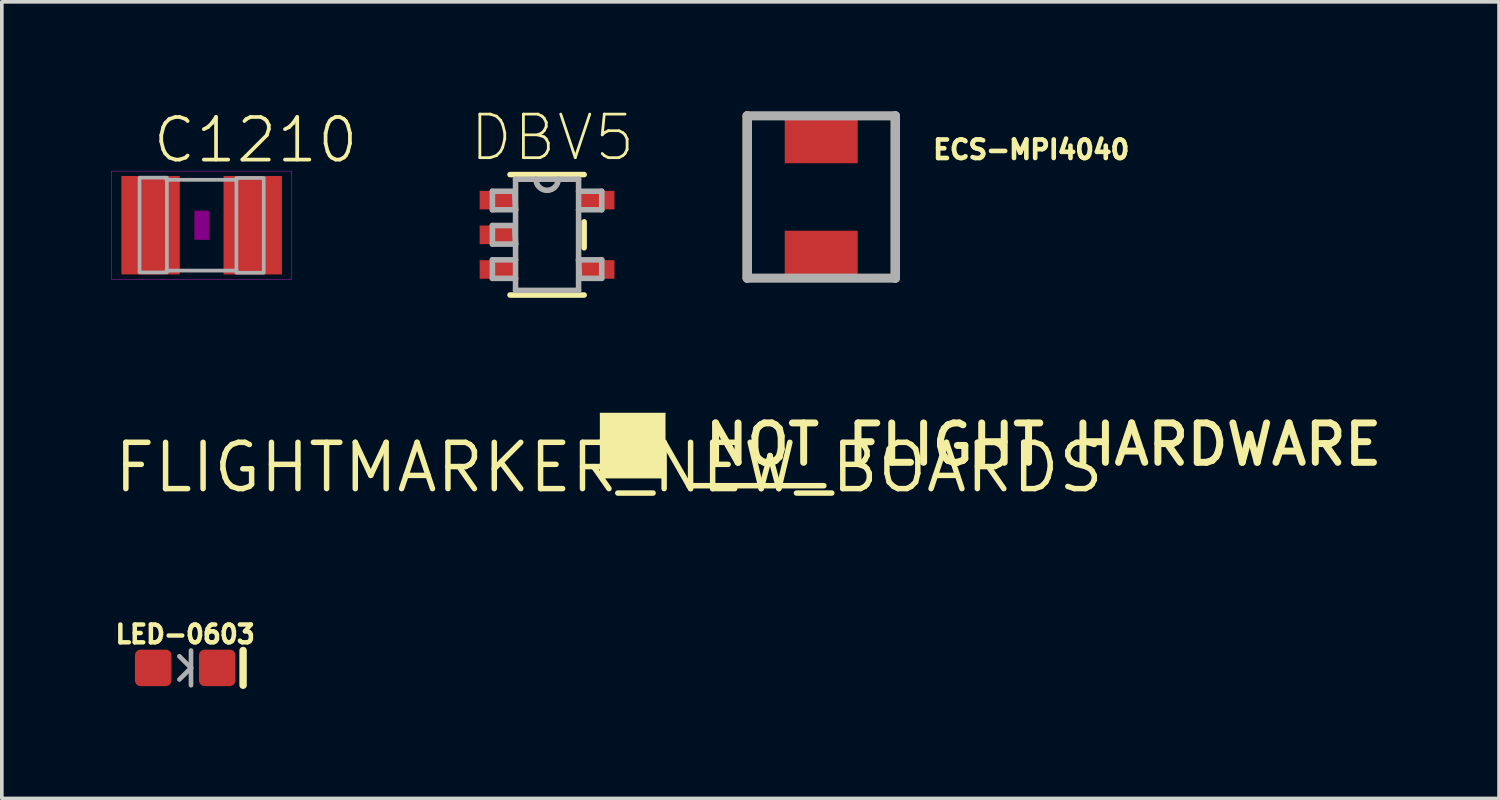
<source format=kicad_pcb>
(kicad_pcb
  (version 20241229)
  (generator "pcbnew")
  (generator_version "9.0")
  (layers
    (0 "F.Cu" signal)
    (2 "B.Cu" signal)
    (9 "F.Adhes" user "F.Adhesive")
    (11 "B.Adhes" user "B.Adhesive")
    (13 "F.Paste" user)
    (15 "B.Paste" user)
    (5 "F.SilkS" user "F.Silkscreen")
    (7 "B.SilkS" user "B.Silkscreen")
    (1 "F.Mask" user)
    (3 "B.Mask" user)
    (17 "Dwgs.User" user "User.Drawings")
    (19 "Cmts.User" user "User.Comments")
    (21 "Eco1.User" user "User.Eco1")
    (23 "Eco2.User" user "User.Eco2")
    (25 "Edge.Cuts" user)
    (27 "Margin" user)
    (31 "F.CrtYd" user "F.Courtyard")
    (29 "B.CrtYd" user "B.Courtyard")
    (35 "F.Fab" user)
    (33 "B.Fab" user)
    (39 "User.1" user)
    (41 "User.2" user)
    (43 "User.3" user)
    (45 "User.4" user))
  (footprint "C1210"
    (layer "F.Cu")
    (at 2.478 3.124)
    (property "Reference" "C1210" (at -1.397 -1.651 0) (layer "F.SilkS") (effects (font (size 1.168 1.168) (thickness 0.102)) (justify left bottom)))
    (fp_poly (pts (xy -0.2 0.4) (xy 0.2 0.4) (xy 0.2 -0.4) (xy -0.2 -0.4)) (stroke (width 0) (type solid)) (fill yes) (layer "F.Adhes"))
    (fp_line (start -2.473 -1.483) (end 2.473 -1.483) (stroke (width 0.01) (type solid)) (layer "F.CrtYd"))
    (fp_line (start -2.473 1.483) (end -2.473 -1.483) (stroke (width 0.01) (type solid)) (layer "F.CrtYd"))
    (fp_line (start 2.473 -1.483) (end 2.473 1.483) (stroke (width 0.01) (type solid)) (layer "F.CrtYd"))
    (fp_line (start 2.473 1.483) (end -2.473 1.483) (stroke (width 0.01) (type solid)) (layer "F.CrtYd"))
    (fp_line (start -0.965 -1.245) (end 0.965 -1.245) (stroke (width 0.102) (type solid)) (layer "F.Fab"))
    (fp_line (start -0.965 1.245) (end 0.965 1.245) (stroke (width 0.102) (type solid)) (layer "F.Fab"))
    (fp_poly (pts (xy -1.702 1.295) (xy -0.952 1.295) (xy -0.952 -1.304) (xy -1.702 -1.304)) (stroke (width 0.1) (type solid)) (fill no) (layer "F.Fab"))
    (fp_poly (pts (xy 0.952 1.304) (xy 1.702 1.304) (xy 1.702 -1.295) (xy 0.952 -1.295)) (stroke (width 0.1) (type solid)) (fill no) (layer "F.Fab"))
    (pad "1" smd rect (at -1.4 0) (size 1.6 2.7) (layers "F.Cu" "F.Mask" "F.Paste"))
    (pad "2" smd rect (at 1.4 0) (size 1.6 2.7) (layers "F.Cu" "F.Mask" "F.Paste")))
  (footprint "LED-0603"
    (layer "F.Cu")
    (at 2.027 15.26)
    (property "Reference" "LED-0603" (at 0 -0.635 0) (layer "F.SilkS") (effects (font (size 0.488 0.488) (thickness 0.122)) (justify bottom)))
    (fp_line (start 1.587 -0.476) (end 1.587 0.476) (stroke (width 0.203) (type solid)) (layer "F.SilkS"))
    (fp_line (start 0.159 -0.476) (end 0.159 0) (stroke (width 0.127) (type solid)) (layer "F.Fab"))
    (fp_line (start 0.159 0) (end -0.159 -0.318) (stroke (width 0.127) (type solid)) (layer "F.Fab"))
    (fp_line (start 0.159 0) (end -0.159 0.318) (stroke (width 0.127) (type solid)) (layer "F.Fab"))
    (fp_line (start 0.159 0) (end 0.159 0.476) (stroke (width 0.127) (type solid)) (layer "F.Fab"))
    (pad "1" smd roundrect (at 0.877 0 270) (size 1 1) (layers "F.Cu" "F.Mask" "F.Paste") (roundrect_rratio 0.15))
    (pad "2" smd roundrect (at -0.877 0 270) (size 1 1) (layers "F.Cu" "F.Mask" "F.Paste") (roundrect_rratio 0.15)))
  (footprint "ECS-MPI4040"
    (layer "F.Cu")
    (at 19.464 2.35)
    (property "Reference" "ECS-MPI4040" (at 3 -1 0) (layer "F.SilkS") (effects (font (size 0.508 0.508) (thickness 0.127)) (justify left bottom)))
    (fp_line (start -2.03 -2.225) (end -2.03 2.225) (stroke (width 0.25) (type solid)) (layer "F.SilkS"))
    (fp_line (start 2.03 -2.225) (end 2.03 2.225) (stroke (width 0.25) (type solid)) (layer "F.SilkS"))
    (fp_line (start -2.03 -2.225) (end -2.03 2.225) (stroke (width 0.25) (type solid)) (layer "F.Fab"))
    (fp_line (start 2.03 -2.225) (end -2.03 -2.225) (stroke (width 0.25) (type solid)) (layer "F.Fab"))
    (fp_line (start 2.03 -2.225) (end 2.03 2.225) (stroke (width 0.25) (type solid)) (layer "F.Fab"))
    (fp_line (start 2.03 2.225) (end -2.03 2.225) (stroke (width 0.25) (type solid)) (layer "F.Fab"))
    (pad "1" smd rect (at 0 -1.575) (size 2 1.3) (layers "F.Cu" "F.Mask" "F.Paste"))
    (pad "2" smd rect (at 0 1.575) (size 2 1.3) (layers "F.Cu" "F.Mask" "F.Paste")))
  (footprint "DBV5"
    (layer "F.Cu")
    (at 11.948 3.387)
    (property "Reference" "DBV5" (at -2.177 -1.965 0) (layer "F.SilkS") (effects (font (size 1.194 1.194) (thickness 0.076)) (justify left bottom)))
    (fp_line (start -1.016 1.651) (end 1.016 1.651) (stroke (width 0.152) (type solid)) (layer "F.SilkS"))
    (fp_line (start 1.016 -1.651) (end -1.016 -1.651) (stroke (width 0.152) (type solid)) (layer "F.SilkS"))
    (fp_line (start 1.016 0.356) (end 1.016 -0.356) (stroke (width 0.152) (type solid)) (layer "F.SilkS"))
    (fp_line (start -1.499 -1.194) (end -1.499 -0.686) (stroke (width 0.152) (type solid)) (layer "F.Fab"))
    (fp_line (start -1.499 -0.686) (end -0.864 -0.686) (stroke (width 0.152) (type solid)) (layer "F.Fab"))
    (fp_line (start -1.499 -0.254) (end -1.499 0.254) (stroke (width 0.152) (type solid)) (layer "F.Fab"))
    (fp_line (start -1.499 0.254) (end -0.864 0.254) (stroke (width 0.152) (type solid)) (layer "F.Fab"))
    (fp_line (start -1.499 0.686) (end -1.499 1.194) (stroke (width 0.152) (type solid)) (layer "F.Fab"))
    (fp_line (start -1.499 1.194) (end -0.864 1.194) (stroke (width 0.152) (type solid)) (layer "F.Fab"))
    (fp_line (start -0.889 -1.194) (end -1.499 -1.194) (stroke (width 0.152) (type solid)) (layer "F.Fab"))
    (fp_line (start -0.889 -0.254) (end -1.499 -0.254) (stroke (width 0.152) (type solid)) (layer "F.Fab"))
    (fp_line (start -0.864 -1.524) (end -0.864 -0.686) (stroke (width 0.152) (type solid)) (layer "F.Fab"))
    (fp_line (start -0.864 -0.686) (end -0.889 -1.194) (stroke (width 0.152) (type solid)) (layer "F.Fab"))
    (fp_line (start -0.864 -0.686) (end -0.864 0.254) (stroke (width 0.152) (type solid)) (layer "F.Fab"))
    (fp_line (start -0.864 0.254) (end -0.889 -0.254) (stroke (width 0.152) (type solid)) (layer "F.Fab"))
    (fp_line (start -0.864 0.254) (end -0.864 0.686) (stroke (width 0.152) (type solid)) (layer "F.Fab"))
    (fp_line (start -0.864 0.686) (end -1.499 0.686) (stroke (width 0.152) (type solid)) (layer "F.Fab"))
    (fp_line (start -0.864 1.194) (end -0.864 0.686) (stroke (width 0.152) (type solid)) (layer "F.Fab"))
    (fp_line (start -0.864 1.524) (end -0.864 1.194) (stroke (width 0.152) (type solid)) (layer "F.Fab"))
    (fp_line (start -0.864 1.524) (end 0.864 1.524) (stroke (width 0.152) (type solid)) (layer "F.Fab"))
    (fp_line (start -0.305 -1.524) (end -0.864 -1.524) (stroke (width 0.152) (type solid)) (layer "F.Fab"))
    (fp_line (start 0.305 -1.524) (end -0.305 -1.524) (stroke (width 0.152) (type solid)) (layer "F.Fab"))
    (fp_line (start 0.864 -1.524) (end 0.305 -1.524) (stroke (width 0.152) (type solid)) (layer "F.Fab"))
    (fp_line (start 0.864 -1.524) (end 0.864 -1.194) (stroke (width 0.152) (type solid)) (layer "F.Fab"))
    (fp_line (start 0.864 -1.194) (end 0.864 -0.686) (stroke (width 0.152) (type solid)) (layer "F.Fab"))
    (fp_line (start 0.864 -0.686) (end 1.499 -0.686) (stroke (width 0.152) (type solid)) (layer "F.Fab"))
    (fp_line (start 0.864 0.686) (end 0.864 -0.686) (stroke (width 0.152) (type solid)) (layer "F.Fab"))
    (fp_line (start 0.864 0.686) (end 0.889 1.194) (stroke (width 0.152) (type solid)) (layer "F.Fab"))
    (fp_line (start 0.864 1.524) (end 0.864 0.686) (stroke (width 0.152) (type solid)) (layer "F.Fab"))
    (fp_line (start 0.889 1.194) (end 1.499 1.194) (stroke (width 0.152) (type solid)) (layer "F.Fab"))
    (fp_line (start 1.499 -1.194) (end 0.864 -1.194) (stroke (width 0.152) (type solid)) (layer "F.Fab"))
    (fp_line (start 1.499 -0.686) (end 1.499 -1.194) (stroke (width 0.152) (type solid)) (layer "F.Fab"))
    (fp_line (start 1.499 0.686) (end 0.864 0.686) (stroke (width 0.152) (type solid)) (layer "F.Fab"))
    (fp_line (start 1.499 1.194) (end 1.499 0.686) (stroke (width 0.152) (type solid)) (layer "F.Fab"))
    (fp_arc (start 0.3048 -1.524) (mid 0 -1.2192) (end -0.3048 -1.524) (stroke (width 0.1524) (type solid)) (layer "F.Fab"))
    (pad "1" smd rect (at -1.362 -0.95) (size 0.972 0.508) (layers "F.Cu" "F.Mask" "F.Paste"))
    (pad "2" smd rect (at -1.362 0) (size 0.972 0.508) (layers "F.Cu" "F.Mask" "F.Paste"))
    (pad "3" smd rect (at -1.362 0.95) (size 0.972 0.508) (layers "F.Cu" "F.Mask" "F.Paste"))
    (pad "4" smd rect (at 1.362 0.95) (size 0.972 0.508) (layers "F.Cu" "F.Mask" "F.Paste"))
    (pad "5" smd rect (at 1.362 -0.95) (size 0.972 0.508) (layers "F.Cu" "F.Mask" "F.Paste")))
  (footprint "FLIGHTMARKER_NEW_BOARDS"
    (layer "F.Cu")
    (at 13.645 9.766)
    (property "Reference" "FLIGHTMARKER_NEW_BOARDS" (at 0 0 0) (layer "F.SilkS") (effects (font (size 1.27 1.27) (thickness 0.15))))
    (fp_line (start 2.19 0.5) (end 5.89 0.5) (stroke (width 0.152) (type solid)) (layer "F.SilkS"))
    (fp_poly (pts (xy -0.25 0.3) (xy 1.55 0.3) (xy 1.55 -1.5) (xy -0.25 -1.5)) (stroke (width 0) (type solid)) (fill yes) (layer "F.SilkS"))
    (fp_text user "NOT FLIGHT HARDWARE" (at 2.54 0 0) (layer "F.SilkS") (effects (font (size 1.079 1.079) (thickness 0.191)) (justify left bottom))))
  (gr_rect
    (start -3 -3)
    (end 38.046 18.838)
    (stroke (width 0.1) (type default))
    (fill no)
    (layer "Edge.Cuts")))
</source>
